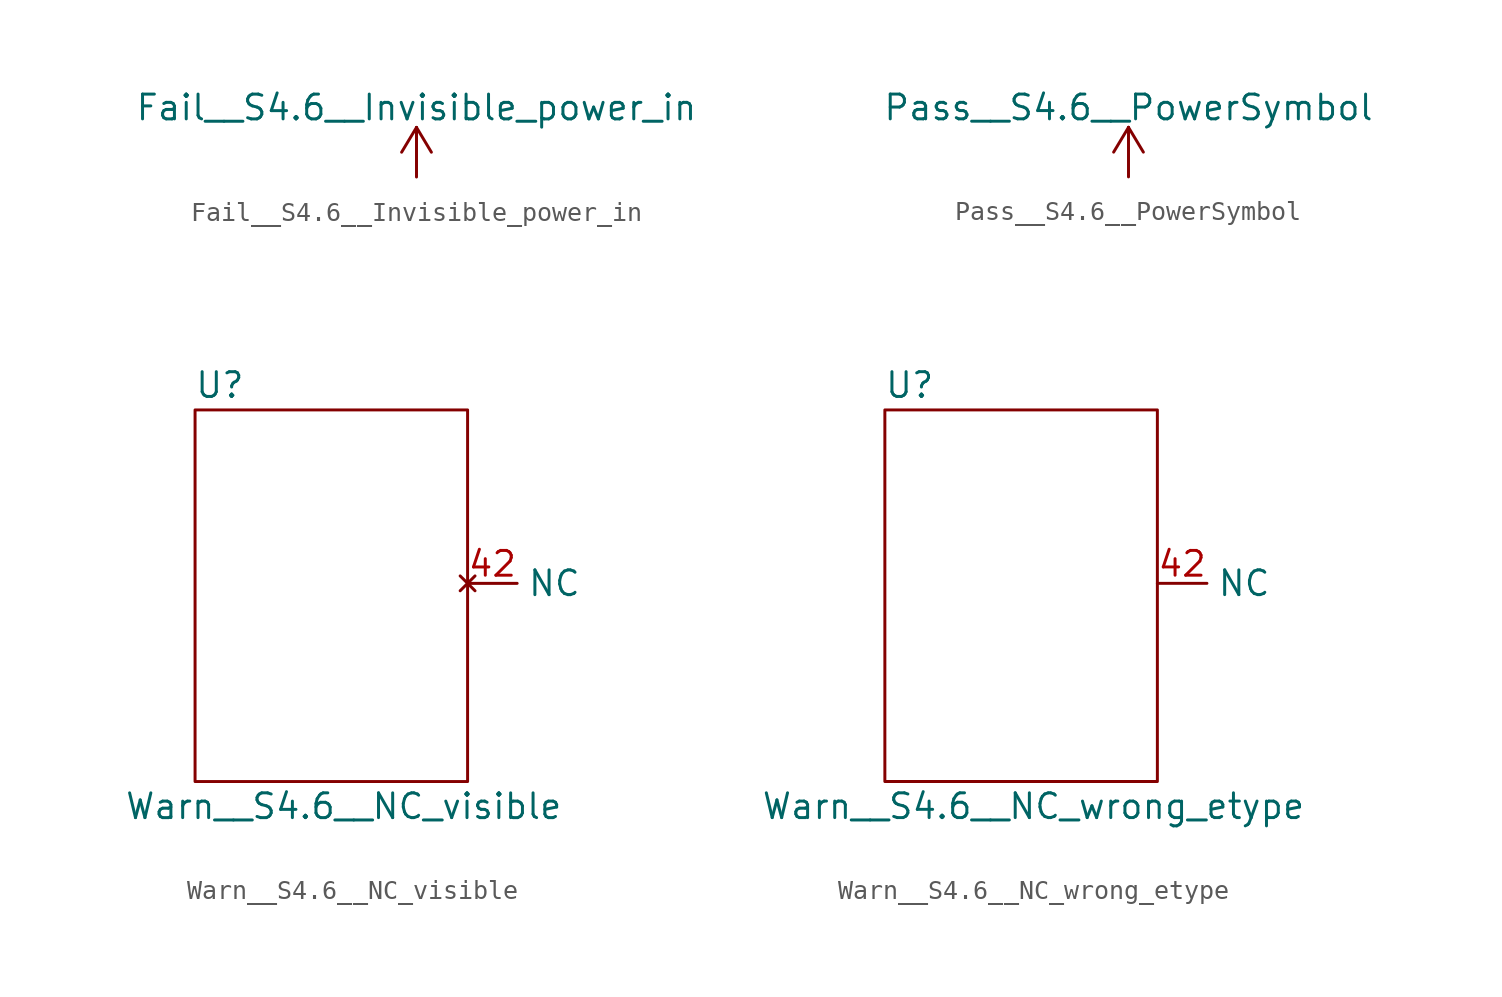
<source format=kicad_sym>
(kicad_symbol_lib
  (version 20211014)
  (generator kicad_symbol_editor)
  (symbol "Fail__S4.6__Invisible_power_in"
    (pin_names
      (offset 0))
    (property "Reference" "#PWR"
      (at 0 -3.81 0)
      (effects (font (size 1.27 1.27)) hide))
    (property "Value" "Fail__S4.6__Invisible_power_in"
      (at 0 3.556 0)
      (effects (font (size 1.27 1.27))))
    (symbol "Fail__S4.6__Invisible_power_in_0_1"
      (polyline (pts (xy -0.762 1.27) (xy 0 2.54)) (stroke (width 0) (type default) (color 0 0 0 0)) (fill (type none)))
      (polyline (pts (xy 0 0) (xy 0 2.54)) (stroke (width 0) (type default) (color 0 0 0 0)) (fill (type none)))
      (polyline (pts (xy 0 2.54) (xy 0.762 1.27)) (stroke (width 0) (type default) (color 0 0 0 0)) (fill (type none))))
    (symbol "Fail__S4.6__Invisible_power_in_1_1"
      (pin power_in line (at 0 0 90) (length 0) hide (name "+3.3V" (effects (font (size 1.27 1.27)))) (number "1" (effects (font (size 1.27 1.27)))))))
  (symbol "Pass__S4.6__PowerSymbol"
    (power)
    (pin_names
      (offset 0))
    (property "Reference" "#PWR"
      (at 0 -3.81 0)
      (effects (font (size 1.27 1.27)) hide))
    (property "Value" "Pass__S4.6__PowerSymbol"
      (at 0 3.556 0)
      (effects (font (size 1.27 1.27))))
    (symbol "Pass__S4.6__PowerSymbol_0_1"
      (polyline (pts (xy -0.762 1.27) (xy 0 2.54)) (stroke (width 0) (type default) (color 0 0 0 0)) (fill (type none)))
      (polyline (pts (xy 0 0) (xy 0 2.54)) (stroke (width 0) (type default) (color 0 0 0 0)) (fill (type none)))
      (polyline (pts (xy 0 2.54) (xy 0.762 1.27)) (stroke (width 0) (type default) (color 0 0 0 0)) (fill (type none))))
    (symbol "Pass__S4.6__PowerSymbol_1_1"
      (pin power_in line (at 0 0 90) (length 0) hide (name "+3.3V" (effects (font (size 1.27 1.27)))) (number "1" (effects (font (size 1.27 1.27)))))))
  (symbol "Warn__S4.6__NC_visible"
    (property "Reference" "U"
      (at -6.35 11.43 0)
      (effects (font (size 1.27 1.27))))
    (property "Value" "Warn__S4.6__NC_visible"
      (at 0 -10.16 0)
      (effects (font (size 1.27 1.27))))
    (symbol "Warn__S4.6__NC_visible_0_1"
      (rectangle (start -7.62 10.16) (end 6.35 -8.89) (stroke (width 0.152) (type default) (color 0 0 0 0)) (fill (type none))))
    (symbol "Warn__S4.6__NC_visible_1_1"
      (pin no_connect line (at 6.35 1.27 0) (length 2.54) (name "NC" (effects (font (size 1.27 1.27)))) (number "42" (effects (font (size 1.27 1.27)))))))
  (symbol "Warn__S4.6__NC_wrong_etype"
    (property "Reference" "U"
      (at -6.35 11.43 0)
      (effects (font (size 1.27 1.27))))
    (property "Value" "Warn__S4.6__NC_wrong_etype"
      (at 0 -10.16 0)
      (effects (font (size 1.27 1.27))))
    (symbol "Warn__S4.6__NC_wrong_etype_0_1"
      (rectangle (start -7.62 10.16) (end 6.35 -8.89) (stroke (width 0.152) (type default) (color 0 0 0 0)) (fill (type none))))
    (symbol "Warn__S4.6__NC_wrong_etype_1_1"
      (pin input line (at 6.35 1.27 0) (length 2.54) (name "NC" (effects (font (size 1.27 1.27)))) (number "42" (effects (font (size 1.27 1.27))))))))
</source>
